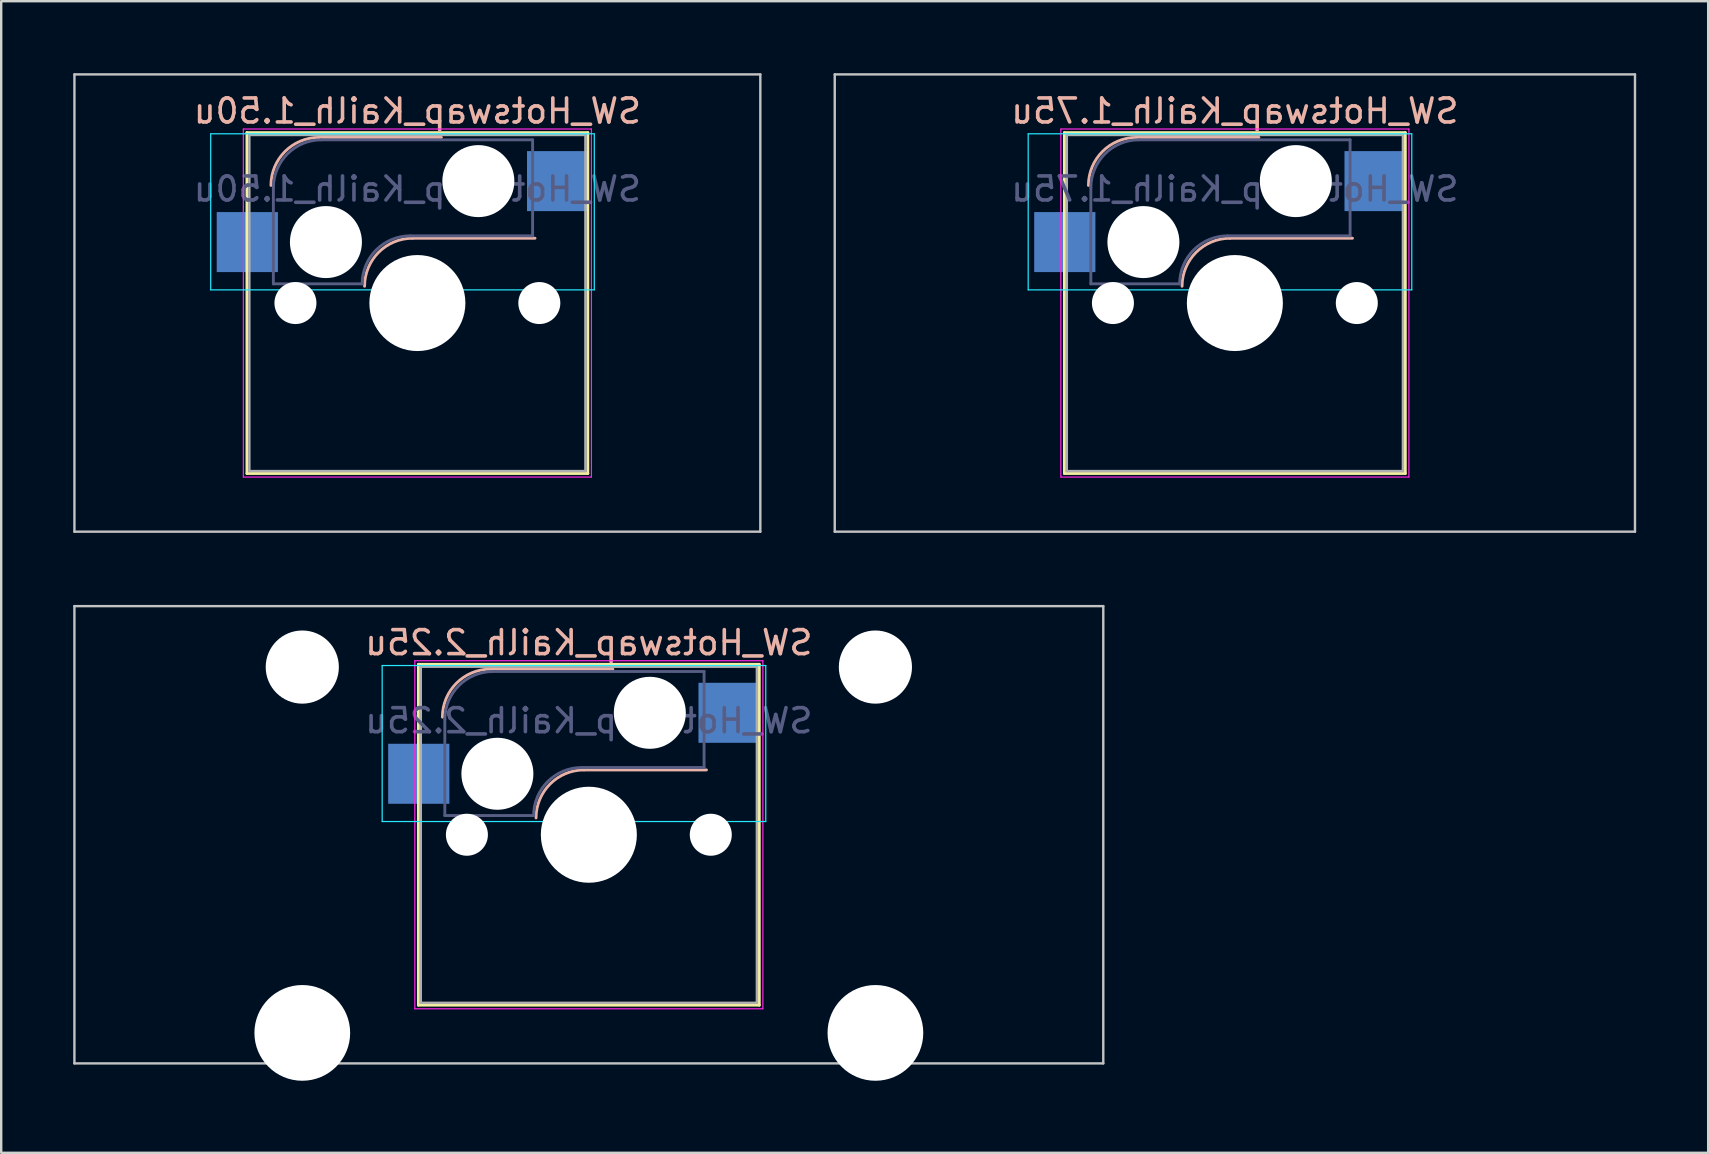
<source format=kicad_pcb>
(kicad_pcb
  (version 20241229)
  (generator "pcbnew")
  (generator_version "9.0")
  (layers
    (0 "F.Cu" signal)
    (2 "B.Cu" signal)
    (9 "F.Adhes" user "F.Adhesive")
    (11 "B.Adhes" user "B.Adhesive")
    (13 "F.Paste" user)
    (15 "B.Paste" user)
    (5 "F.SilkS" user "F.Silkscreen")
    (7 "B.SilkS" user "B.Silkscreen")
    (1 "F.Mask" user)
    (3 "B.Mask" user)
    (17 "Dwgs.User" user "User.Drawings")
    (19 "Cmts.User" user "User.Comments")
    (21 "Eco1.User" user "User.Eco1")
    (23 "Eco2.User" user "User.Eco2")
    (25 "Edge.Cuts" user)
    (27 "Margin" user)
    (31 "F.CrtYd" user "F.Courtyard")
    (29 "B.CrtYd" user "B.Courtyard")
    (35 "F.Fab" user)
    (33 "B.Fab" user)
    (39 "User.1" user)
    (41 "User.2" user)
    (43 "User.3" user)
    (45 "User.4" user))
  (footprint "SW_Hotswap_Kailh_1.50u"
    (layer "F.Cu")
    (at 14.338 9.575)
    (property "Reference" "SW_Hotswap_Kailh_1.50u" (at 0 -8 0) (layer "B.SilkS") (effects (font (size 1 1) (thickness 0.15)) (justify mirror)))
    (attr smd)
    (fp_line (start -7.1 -7.1) (end -7.1 7.1) (stroke (width 0.12) (type solid)) (layer "F.SilkS"))
    (fp_line (start -7.1 7.1) (end 7.1 7.1) (stroke (width 0.12) (type solid)) (layer "F.SilkS"))
    (fp_line (start 7.1 -7.1) (end -7.1 -7.1) (stroke (width 0.12) (type solid)) (layer "F.SilkS"))
    (fp_line (start 7.1 7.1) (end 7.1 -7.1) (stroke (width 0.12) (type solid)) (layer "F.SilkS"))
    (fp_line (start -4.1 -6.9) (end 1 -6.9) (stroke (width 0.12) (type solid)) (layer "B.SilkS"))
    (fp_line (start -0.2 -2.7) (end 4.9 -2.7) (stroke (width 0.12) (type solid)) (layer "B.SilkS"))
    (fp_arc (start -6.1 -4.9) (mid -5.514214 -6.314214) (end -4.1 -6.9) (stroke (width 0.12) (type solid)) (layer "B.SilkS"))
    (fp_arc (start -2.2 -0.7) (mid -1.614214 -2.114214) (end -0.2 -2.7) (stroke (width 0.12) (type solid)) (layer "B.SilkS"))
    (fp_line (start -14.287 -9.525) (end -14.287 9.525) (stroke (width 0.1) (type solid)) (layer "Dwgs.User"))
    (fp_line (start -14.287 9.525) (end 14.287 9.525) (stroke (width 0.1) (type solid)) (layer "Dwgs.User"))
    (fp_line (start 14.287 -9.525) (end -14.287 -9.525) (stroke (width 0.1) (type solid)) (layer "Dwgs.User"))
    (fp_line (start 14.287 9.525) (end 14.287 -9.525) (stroke (width 0.1) (type solid)) (layer "Dwgs.User"))
    (fp_line (start -8.61 -7.05) (end -8.61 -0.55) (stroke (width 0.05) (type solid)) (layer "B.CrtYd"))
    (fp_line (start -8.61 -0.55) (end 7.37 -0.55) (stroke (width 0.05) (type solid)) (layer "B.CrtYd"))
    (fp_line (start 7.37 -7.05) (end -8.61 -7.05) (stroke (width 0.05) (type solid)) (layer "B.CrtYd"))
    (fp_line (start 7.37 -0.55) (end 7.37 -7.05) (stroke (width 0.05) (type solid)) (layer "B.CrtYd"))
    (fp_line (start -7.25 -7.25) (end -7.25 7.25) (stroke (width 0.05) (type solid)) (layer "F.CrtYd"))
    (fp_line (start -7.25 7.25) (end 7.25 7.25) (stroke (width 0.05) (type solid)) (layer "F.CrtYd"))
    (fp_line (start 7.25 -7.25) (end -7.25 -7.25) (stroke (width 0.05) (type solid)) (layer "F.CrtYd"))
    (fp_line (start 7.25 7.25) (end 7.25 -7.25) (stroke (width 0.05) (type solid)) (layer "F.CrtYd"))
    (fp_line (start -6 -0.8) (end -6 -4.8) (stroke (width 0.12) (type solid)) (layer "B.Fab"))
    (fp_line (start -6 -0.8) (end -2.3 -0.8) (stroke (width 0.12) (type solid)) (layer "B.Fab"))
    (fp_line (start -4 -6.8) (end 4.8 -6.8) (stroke (width 0.12) (type solid)) (layer "B.Fab"))
    (fp_line (start -0.3 -2.8) (end 4.8 -2.8) (stroke (width 0.12) (type solid)) (layer "B.Fab"))
    (fp_line (start 4.8 -6.8) (end 4.8 -2.8) (stroke (width 0.12) (type solid)) (layer "B.Fab"))
    (fp_arc (start -6 -4.8) (mid -5.414214 -6.214214) (end -4 -6.8) (stroke (width 0.12) (type solid)) (layer "B.Fab"))
    (fp_arc (start -2.3 -0.8) (mid -1.714214 -2.214214) (end -0.3 -2.8) (stroke (width 0.12) (type solid)) (layer "B.Fab"))
    (fp_line (start -7 -7) (end -7 7) (stroke (width 0.1) (type solid)) (layer "F.Fab"))
    (fp_line (start -7 7) (end 7 7) (stroke (width 0.1) (type solid)) (layer "F.Fab"))
    (fp_line (start 7 -7) (end -7 -7) (stroke (width 0.1) (type solid)) (layer "F.Fab"))
    (fp_line (start 7 7) (end 7 -7) (stroke (width 0.1) (type solid)) (layer "F.Fab"))
    (fp_text user "${REFERENCE}" (at 0 -4.75 0) (layer "B.Fab") (effects (font (size 1 1) (thickness 0.15)) (justify mirror)))
    (pad "" np_thru_hole circle (at -5.08 0) (size 1.75 1.75) (drill 1.75) (layers "*.Cu" "*.Mask"))
    (pad "" np_thru_hole circle (at -3.81 -2.54) (size 3 3) (drill 3) (layers "*.Cu" "*.Mask"))
    (pad "" np_thru_hole circle (at 0 0) (size 4 4) (drill 4) (layers "*.Cu" "*.Mask"))
    (pad "" np_thru_hole circle (at 2.54 -5.08) (size 3 3) (drill 3) (layers "*.Cu" "*.Mask"))
    (pad "" np_thru_hole circle (at 5.08 0) (size 1.75 1.75) (drill 1.75) (layers "*.Cu" "*.Mask"))
    (pad "1" smd rect (at 5.842 -5.08) (size 2.55 2.5) (layers "B.Cu" "B.Mask" "B.Paste"))
    (pad "2" smd rect (at -7.085 -2.54) (size 2.55 2.5) (layers "B.Cu" "B.Mask" "B.Paste")))
  (footprint "SW_Hotswap_Kailh_1.75u"
    (layer "F.Cu")
    (at 48.394 9.575)
    (property "Reference" "SW_Hotswap_Kailh_1.75u" (at 0 -8 0) (layer "B.SilkS") (effects (font (size 1 1) (thickness 0.15)) (justify mirror)))
    (attr smd)
    (fp_line (start -7.1 -7.1) (end -7.1 7.1) (stroke (width 0.12) (type solid)) (layer "F.SilkS"))
    (fp_line (start -7.1 7.1) (end 7.1 7.1) (stroke (width 0.12) (type solid)) (layer "F.SilkS"))
    (fp_line (start 7.1 -7.1) (end -7.1 -7.1) (stroke (width 0.12) (type solid)) (layer "F.SilkS"))
    (fp_line (start 7.1 7.1) (end 7.1 -7.1) (stroke (width 0.12) (type solid)) (layer "F.SilkS"))
    (fp_line (start -4.1 -6.9) (end 1 -6.9) (stroke (width 0.12) (type solid)) (layer "B.SilkS"))
    (fp_line (start -0.2 -2.7) (end 4.9 -2.7) (stroke (width 0.12) (type solid)) (layer "B.SilkS"))
    (fp_arc (start -6.1 -4.9) (mid -5.514214 -6.314214) (end -4.1 -6.9) (stroke (width 0.12) (type solid)) (layer "B.SilkS"))
    (fp_arc (start -2.2 -0.7) (mid -1.614214 -2.114214) (end -0.2 -2.7) (stroke (width 0.12) (type solid)) (layer "B.SilkS"))
    (fp_line (start -16.669 -9.525) (end -16.669 9.525) (stroke (width 0.1) (type solid)) (layer "Dwgs.User"))
    (fp_line (start -16.669 9.525) (end 16.669 9.525) (stroke (width 0.1) (type solid)) (layer "Dwgs.User"))
    (fp_line (start 16.669 -9.525) (end -16.669 -9.525) (stroke (width 0.1) (type solid)) (layer "Dwgs.User"))
    (fp_line (start 16.669 9.525) (end 16.669 -9.525) (stroke (width 0.1) (type solid)) (layer "Dwgs.User"))
    (fp_line (start -8.61 -7.05) (end -8.61 -0.55) (stroke (width 0.05) (type solid)) (layer "B.CrtYd"))
    (fp_line (start -8.61 -0.55) (end 7.37 -0.55) (stroke (width 0.05) (type solid)) (layer "B.CrtYd"))
    (fp_line (start 7.37 -7.05) (end -8.61 -7.05) (stroke (width 0.05) (type solid)) (layer "B.CrtYd"))
    (fp_line (start 7.37 -0.55) (end 7.37 -7.05) (stroke (width 0.05) (type solid)) (layer "B.CrtYd"))
    (fp_line (start -7.25 -7.25) (end -7.25 7.25) (stroke (width 0.05) (type solid)) (layer "F.CrtYd"))
    (fp_line (start -7.25 7.25) (end 7.25 7.25) (stroke (width 0.05) (type solid)) (layer "F.CrtYd"))
    (fp_line (start 7.25 -7.25) (end -7.25 -7.25) (stroke (width 0.05) (type solid)) (layer "F.CrtYd"))
    (fp_line (start 7.25 7.25) (end 7.25 -7.25) (stroke (width 0.05) (type solid)) (layer "F.CrtYd"))
    (fp_line (start -6 -0.8) (end -6 -4.8) (stroke (width 0.12) (type solid)) (layer "B.Fab"))
    (fp_line (start -6 -0.8) (end -2.3 -0.8) (stroke (width 0.12) (type solid)) (layer "B.Fab"))
    (fp_line (start -4 -6.8) (end 4.8 -6.8) (stroke (width 0.12) (type solid)) (layer "B.Fab"))
    (fp_line (start -0.3 -2.8) (end 4.8 -2.8) (stroke (width 0.12) (type solid)) (layer "B.Fab"))
    (fp_line (start 4.8 -6.8) (end 4.8 -2.8) (stroke (width 0.12) (type solid)) (layer "B.Fab"))
    (fp_arc (start -6 -4.8) (mid -5.414214 -6.214214) (end -4 -6.8) (stroke (width 0.12) (type solid)) (layer "B.Fab"))
    (fp_arc (start -2.3 -0.8) (mid -1.714214 -2.214214) (end -0.3 -2.8) (stroke (width 0.12) (type solid)) (layer "B.Fab"))
    (fp_line (start -7 -7) (end -7 7) (stroke (width 0.1) (type solid)) (layer "F.Fab"))
    (fp_line (start -7 7) (end 7 7) (stroke (width 0.1) (type solid)) (layer "F.Fab"))
    (fp_line (start 7 -7) (end -7 -7) (stroke (width 0.1) (type solid)) (layer "F.Fab"))
    (fp_line (start 7 7) (end 7 -7) (stroke (width 0.1) (type solid)) (layer "F.Fab"))
    (fp_text user "${REFERENCE}" (at 0 -4.75 0) (layer "B.Fab") (effects (font (size 1 1) (thickness 0.15)) (justify mirror)))
    (pad "" np_thru_hole circle (at -5.08 0) (size 1.75 1.75) (drill 1.75) (layers "*.Cu" "*.Mask"))
    (pad "" np_thru_hole circle (at -3.81 -2.54) (size 3 3) (drill 3) (layers "*.Cu" "*.Mask"))
    (pad "" np_thru_hole circle (at 0 0) (size 4 4) (drill 4) (layers "*.Cu" "*.Mask"))
    (pad "" np_thru_hole circle (at 2.54 -5.08) (size 3 3) (drill 3) (layers "*.Cu" "*.Mask"))
    (pad "" np_thru_hole circle (at 5.08 0) (size 1.75 1.75) (drill 1.75) (layers "*.Cu" "*.Mask"))
    (pad "1" smd rect (at 5.842 -5.08) (size 2.55 2.5) (layers "B.Cu" "B.Mask" "B.Paste"))
    (pad "2" smd rect (at -7.085 -2.54) (size 2.55 2.5) (layers "B.Cu" "B.Mask" "B.Paste")))
  (footprint "SW_Hotswap_Kailh_2.25u"
    (layer "F.Cu")
    (at 21.481 31.725)
    (property "Reference" "SW_Hotswap_Kailh_2.25u" (at 0 -8 0) (layer "B.SilkS") (effects (font (size 1 1) (thickness 0.15)) (justify mirror)))
    (attr smd)
    (fp_line (start -7.1 -7.1) (end -7.1 7.1) (stroke (width 0.12) (type solid)) (layer "F.SilkS"))
    (fp_line (start -7.1 7.1) (end 7.1 7.1) (stroke (width 0.12) (type solid)) (layer "F.SilkS"))
    (fp_line (start 7.1 -7.1) (end -7.1 -7.1) (stroke (width 0.12) (type solid)) (layer "F.SilkS"))
    (fp_line (start 7.1 7.1) (end 7.1 -7.1) (stroke (width 0.12) (type solid)) (layer "F.SilkS"))
    (fp_line (start -4.1 -6.9) (end 1 -6.9) (stroke (width 0.12) (type solid)) (layer "B.SilkS"))
    (fp_line (start -0.2 -2.7) (end 4.9 -2.7) (stroke (width 0.12) (type solid)) (layer "B.SilkS"))
    (fp_arc (start -6.1 -4.9) (mid -5.514214 -6.314214) (end -4.1 -6.9) (stroke (width 0.12) (type solid)) (layer "B.SilkS"))
    (fp_arc (start -2.2 -0.7) (mid -1.614214 -2.114214) (end -0.2 -2.7) (stroke (width 0.12) (type solid)) (layer "B.SilkS"))
    (fp_line (start -21.431 -9.525) (end -21.431 9.525) (stroke (width 0.1) (type solid)) (layer "Dwgs.User"))
    (fp_line (start -21.431 9.525) (end 21.431 9.525) (stroke (width 0.1) (type solid)) (layer "Dwgs.User"))
    (fp_line (start 21.431 -9.525) (end -21.431 -9.525) (stroke (width 0.1) (type solid)) (layer "Dwgs.User"))
    (fp_line (start 21.431 9.525) (end 21.431 -9.525) (stroke (width 0.1) (type solid)) (layer "Dwgs.User"))
    (fp_line (start -8.61 -7.05) (end -8.61 -0.55) (stroke (width 0.05) (type solid)) (layer "B.CrtYd"))
    (fp_line (start -8.61 -0.55) (end 7.37 -0.55) (stroke (width 0.05) (type solid)) (layer "B.CrtYd"))
    (fp_line (start 7.37 -7.05) (end -8.61 -7.05) (stroke (width 0.05) (type solid)) (layer "B.CrtYd"))
    (fp_line (start 7.37 -0.55) (end 7.37 -7.05) (stroke (width 0.05) (type solid)) (layer "B.CrtYd"))
    (fp_line (start -7.25 -7.25) (end -7.25 7.25) (stroke (width 0.05) (type solid)) (layer "F.CrtYd"))
    (fp_line (start -7.25 7.25) (end 7.25 7.25) (stroke (width 0.05) (type solid)) (layer "F.CrtYd"))
    (fp_line (start 7.25 -7.25) (end -7.25 -7.25) (stroke (width 0.05) (type solid)) (layer "F.CrtYd"))
    (fp_line (start 7.25 7.25) (end 7.25 -7.25) (stroke (width 0.05) (type solid)) (layer "F.CrtYd"))
    (fp_line (start -6 -0.8) (end -6 -4.8) (stroke (width 0.12) (type solid)) (layer "B.Fab"))
    (fp_line (start -6 -0.8) (end -2.3 -0.8) (stroke (width 0.12) (type solid)) (layer "B.Fab"))
    (fp_line (start -4 -6.8) (end 4.8 -6.8) (stroke (width 0.12) (type solid)) (layer "B.Fab"))
    (fp_line (start -0.3 -2.8) (end 4.8 -2.8) (stroke (width 0.12) (type solid)) (layer "B.Fab"))
    (fp_line (start 4.8 -6.8) (end 4.8 -2.8) (stroke (width 0.12) (type solid)) (layer "B.Fab"))
    (fp_arc (start -6 -4.8) (mid -5.414214 -6.214214) (end -4 -6.8) (stroke (width 0.12) (type solid)) (layer "B.Fab"))
    (fp_arc (start -2.3 -0.8) (mid -1.714214 -2.214214) (end -0.3 -2.8) (stroke (width 0.12) (type solid)) (layer "B.Fab"))
    (fp_line (start -7 -7) (end -7 7) (stroke (width 0.1) (type solid)) (layer "F.Fab"))
    (fp_line (start -7 7) (end 7 7) (stroke (width 0.1) (type solid)) (layer "F.Fab"))
    (fp_line (start 7 -7) (end -7 -7) (stroke (width 0.1) (type solid)) (layer "F.Fab"))
    (fp_line (start 7 7) (end 7 -7) (stroke (width 0.1) (type solid)) (layer "F.Fab"))
    (fp_text user "${REFERENCE}" (at 0 -4.75 0) (layer "B.Fab") (effects (font (size 1 1) (thickness 0.15)) (justify mirror)))
    (pad "" np_thru_hole circle (at -11.938 -6.985 180) (size 3.048 3.048) (drill 3.048) (layers "*.Cu" "*.Mask"))
    (pad "" np_thru_hole circle (at -11.938 8.255 180) (size 3.988 3.988) (drill 3.988) (layers "*.Cu" "*.Mask"))
    (pad "" np_thru_hole circle (at -5.08 0) (size 1.75 1.75) (drill 1.75) (layers "*.Cu" "*.Mask"))
    (pad "" np_thru_hole circle (at -3.81 -2.54) (size 3 3) (drill 3) (layers "*.Cu" "*.Mask"))
    (pad "" np_thru_hole circle (at 0 0) (size 4 4) (drill 4) (layers "*.Cu" "*.Mask"))
    (pad "" np_thru_hole circle (at 2.54 -5.08) (size 3 3) (drill 3) (layers "*.Cu" "*.Mask"))
    (pad "" np_thru_hole circle (at 5.08 0) (size 1.75 1.75) (drill 1.75) (layers "*.Cu" "*.Mask"))
    (pad "" np_thru_hole circle (at 11.938 -6.985 180) (size 3.048 3.048) (drill 3.048) (layers "*.Cu" "*.Mask"))
    (pad "" np_thru_hole circle (at 11.938 8.255 180) (size 3.988 3.988) (drill 3.988) (layers "*.Cu" "*.Mask"))
    (pad "1" smd rect (at 5.842 -5.08) (size 2.55 2.5) (layers "B.Cu" "B.Mask" "B.Paste"))
    (pad "2" smd rect (at -7.085 -2.54) (size 2.55 2.5) (layers "B.Cu" "B.Mask" "B.Paste")))
  (gr_rect
    (start -3 -3)
    (end 68.112 44.974)
    (stroke (width 0.1) (type default))
    (fill no)
    (layer "Edge.Cuts")))
</source>
